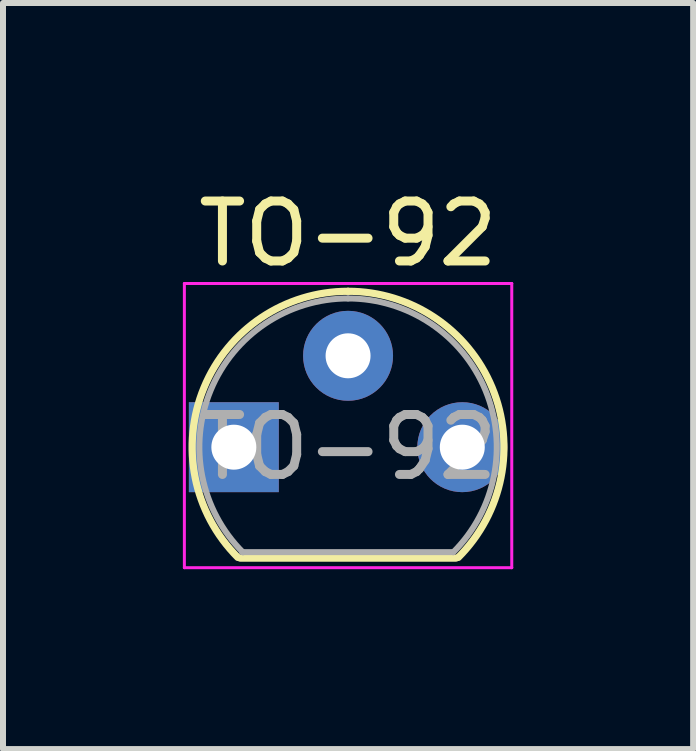
<source format=kicad_pcb>
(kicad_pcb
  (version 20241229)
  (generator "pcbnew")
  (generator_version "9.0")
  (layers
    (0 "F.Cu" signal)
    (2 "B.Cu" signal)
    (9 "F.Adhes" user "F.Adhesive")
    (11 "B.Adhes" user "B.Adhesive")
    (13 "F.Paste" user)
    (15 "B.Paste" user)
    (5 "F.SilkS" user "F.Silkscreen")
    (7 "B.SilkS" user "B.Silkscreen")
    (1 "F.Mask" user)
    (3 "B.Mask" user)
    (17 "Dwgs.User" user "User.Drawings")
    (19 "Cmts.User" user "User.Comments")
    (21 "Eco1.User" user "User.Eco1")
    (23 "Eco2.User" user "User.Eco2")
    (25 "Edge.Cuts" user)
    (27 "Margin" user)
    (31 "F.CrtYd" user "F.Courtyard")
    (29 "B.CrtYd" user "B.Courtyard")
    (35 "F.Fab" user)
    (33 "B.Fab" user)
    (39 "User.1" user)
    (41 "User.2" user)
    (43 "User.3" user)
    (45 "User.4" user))
  (footprint "TO-92"
    (layer "F.Cu")
    (at 1.485 4.408)
    (property "Reference" "TO-92" (at 1.27 -3.56 0) (layer "F.SilkS") (effects (font (size 1 1) (thickness 0.15))))
    (attr through_hole)
    (fp_line (start -0.53 1.85) (end 3.07 1.85) (stroke (width 0.12) (type solid)) (layer "F.SilkS"))
    (fp_arc (start -0.568478 1.838478) (mid -1.132087 -0.994977) (end 1.27 -2.6) (stroke (width 0.12) (type solid)) (layer "F.SilkS"))
    (fp_arc (start 1.27 -2.6) (mid 3.672087 -0.994977) (end 3.108478 1.838478) (stroke (width 0.12) (type solid)) (layer "F.SilkS"))
    (fp_line (start -1.46 -2.73) (end -1.46 2.01) (stroke (width 0.05) (type solid)) (layer "F.CrtYd"))
    (fp_line (start -1.46 -2.73) (end 4 -2.73) (stroke (width 0.05) (type solid)) (layer "F.CrtYd"))
    (fp_line (start 4 2.01) (end -1.46 2.01) (stroke (width 0.05) (type solid)) (layer "F.CrtYd"))
    (fp_line (start 4 2.01) (end 4 -2.73) (stroke (width 0.05) (type solid)) (layer "F.CrtYd"))
    (fp_line (start -0.5 1.75) (end 3 1.75) (stroke (width 0.1) (type solid)) (layer "F.Fab"))
    (fp_arc (start -0.483625 1.753625) (mid -1.021221 -0.949055) (end 1.27 -2.48) (stroke (width 0.1) (type solid)) (layer "F.Fab"))
    (fp_arc (start 1.27 -2.48) (mid 3.561221 -0.949055) (end 3.023625 1.753625) (stroke (width 0.1) (type solid)) (layer "F.Fab"))
    (fp_text user "${REFERENCE}" (at 1.27 0 0) (layer "F.Fab") (effects (font (size 1 1) (thickness 0.15))))
    (pad "1" thru_hole rect (at -0.635 0) (size 1.5 1.5) (drill 0.75) (layers "*.Cu" "*.Mask"))
    (pad "2" thru_hole circle (at 1.27 -1.524) (size 1.5 1.5) (drill 0.75) (layers "*.Cu" "*.Mask"))
    (pad "3" thru_hole circle (at 3.175 0) (size 1.5 1.5) (drill 0.75) (layers "*.Cu" "*.Mask")))
  (gr_rect
    (start -3 -3)
    (end 8.51 9.443)
    (stroke (width 0.1) (type default))
    (fill no)
    (layer "Edge.Cuts")))
</source>
